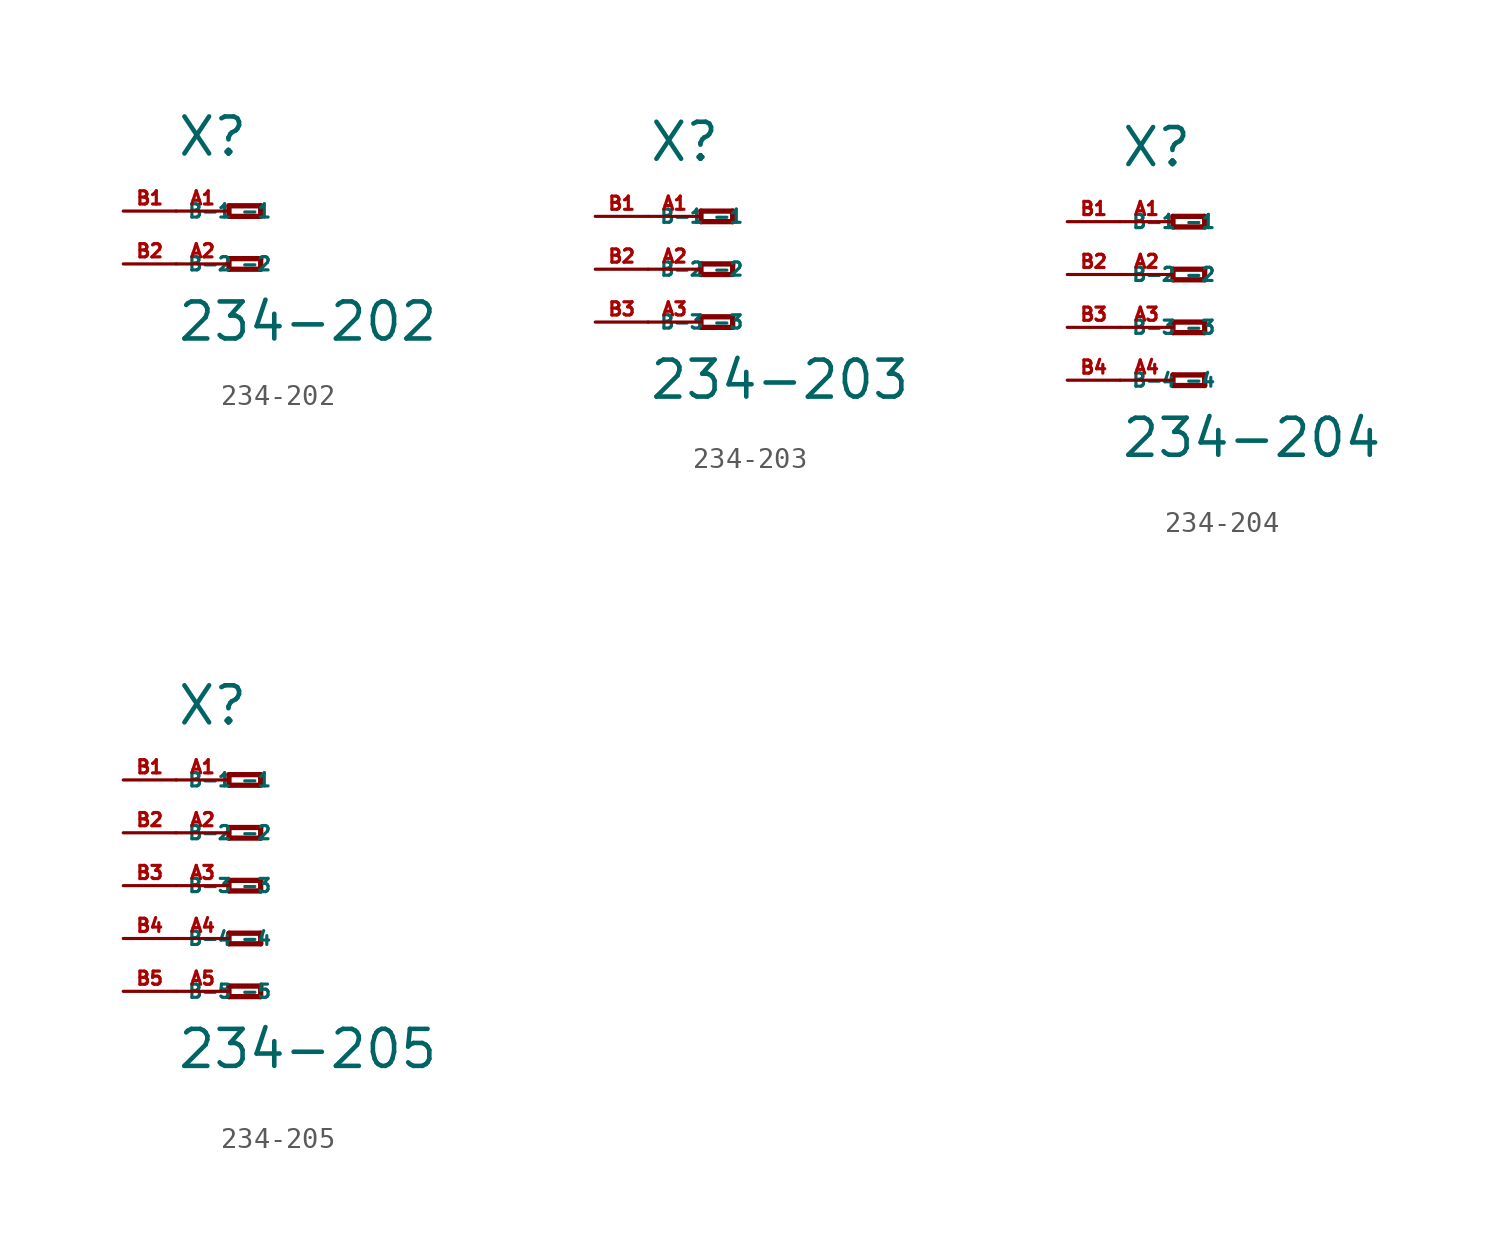
<source format=kicad_sym>
(kicad_symbol_lib
  (version 20220914)
  (generator Eagle2Kicad)
  (symbol "234-202"
    (property "Reference" "X"
      (at -5.08 2.54 0)
      (effects (font (size 1.778 1.778) (thickness 0.22)) (justify left bottom)))
    (property "Value" "234-202"
      (at -5.08 -6.35 0)
      (effects (font (size 1.778 1.778) (thickness 0.22)) (justify left bottom)))
    (polyline
      (pts (xy -2.54 0.254) (xy -2.54 -0.254))
      (stroke (width 0.254) (type default))
      (fill (type none)))
    (polyline
      (pts (xy -2.54 -0.254) (xy -1.016 -0.254))
      (stroke (width 0.254) (type default))
      (fill (type none)))
    (polyline
      (pts (xy -1.016 -0.254) (xy -1.016 0.254))
      (stroke (width 0.254) (type default))
      (fill (type none)))
    (polyline
      (pts (xy -1.016 0.254) (xy -2.54 0.254))
      (stroke (width 0.254) (type default))
      (fill (type none)))
    (polyline
      (pts (xy -2.54 -2.286) (xy -2.54 -2.794))
      (stroke (width 0.254) (type default))
      (fill (type none)))
    (polyline
      (pts (xy -2.54 -2.794) (xy -1.016 -2.794))
      (stroke (width 0.254) (type default))
      (fill (type none)))
    (polyline
      (pts (xy -1.016 -2.794) (xy -1.016 -2.286))
      (stroke (width 0.254) (type default))
      (fill (type none)))
    (polyline
      (pts (xy -1.016 -2.286) (xy -2.54 -2.286))
      (stroke (width 0.254) (type default))
      (fill (type none)))
    (pin passive line
      (at -5.08 0 0)
      (length 2.54)
      (name "-1" (effects (font (size 0.635 0.635) (thickness 0.08)) (justify left bottom)))
      (number "A1" (effects (font (size 0.635 0.635) (thickness 0.08)) (justify left bottom))))
    (pin passive line
      (at -5.08 -2.54 0)
      (length 2.54)
      (name "-2" (effects (font (size 0.635 0.635) (thickness 0.08)) (justify left bottom)))
      (number "A2" (effects (font (size 0.635 0.635) (thickness 0.08)) (justify left bottom))))
    (pin passive line
      (at -7.62 -2.54 0)
      (length 2.54)
      (name "B-2" (effects (font (size 0.635 0.635) (thickness 0.08)) (justify left bottom)))
      (number "B2" (effects (font (size 0.635 0.635) (thickness 0.08)) (justify left bottom))))
    (pin passive line
      (at -7.62 0 0)
      (length 2.54)
      (name "B-1" (effects (font (size 0.635 0.635) (thickness 0.08)) (justify left bottom)))
      (number "B1" (effects (font (size 0.635 0.635) (thickness 0.08)) (justify left bottom)))))
  (symbol "234-203"
    (property "Reference" "X"
      (at -5.08 5.08 0)
      (effects (font (size 1.778 1.778) (thickness 0.22)) (justify left bottom)))
    (property "Value" "234-203"
      (at -5.08 -6.35 0)
      (effects (font (size 1.778 1.778) (thickness 0.22)) (justify left bottom)))
    (polyline
      (pts (xy -2.54 2.794) (xy -2.54 2.286))
      (stroke (width 0.254) (type default))
      (fill (type none)))
    (polyline
      (pts (xy -2.54 2.286) (xy -1.016 2.286))
      (stroke (width 0.254) (type default))
      (fill (type none)))
    (polyline
      (pts (xy -1.016 2.286) (xy -1.016 2.794))
      (stroke (width 0.254) (type default))
      (fill (type none)))
    (polyline
      (pts (xy -1.016 2.794) (xy -2.54 2.794))
      (stroke (width 0.254) (type default))
      (fill (type none)))
    (polyline
      (pts (xy -2.54 0.254) (xy -2.54 -0.254))
      (stroke (width 0.254) (type default))
      (fill (type none)))
    (polyline
      (pts (xy -2.54 -0.254) (xy -1.016 -0.254))
      (stroke (width 0.254) (type default))
      (fill (type none)))
    (polyline
      (pts (xy -1.016 -0.254) (xy -1.016 0.254))
      (stroke (width 0.254) (type default))
      (fill (type none)))
    (polyline
      (pts (xy -1.016 0.254) (xy -2.54 0.254))
      (stroke (width 0.254) (type default))
      (fill (type none)))
    (polyline
      (pts (xy -2.54 -2.286) (xy -2.54 -2.794))
      (stroke (width 0.254) (type default))
      (fill (type none)))
    (polyline
      (pts (xy -2.54 -2.794) (xy -1.016 -2.794))
      (stroke (width 0.254) (type default))
      (fill (type none)))
    (polyline
      (pts (xy -1.016 -2.794) (xy -1.016 -2.286))
      (stroke (width 0.254) (type default))
      (fill (type none)))
    (polyline
      (pts (xy -1.016 -2.286) (xy -2.54 -2.286))
      (stroke (width 0.254) (type default))
      (fill (type none)))
    (pin passive line
      (at -5.08 2.54 0)
      (length 2.54)
      (name "-1" (effects (font (size 0.635 0.635) (thickness 0.08)) (justify left bottom)))
      (number "A1" (effects (font (size 0.635 0.635) (thickness 0.08)) (justify left bottom))))
    (pin passive line
      (at -5.08 0 0)
      (length 2.54)
      (name "-2" (effects (font (size 0.635 0.635) (thickness 0.08)) (justify left bottom)))
      (number "A2" (effects (font (size 0.635 0.635) (thickness 0.08)) (justify left bottom))))
    (pin passive line
      (at -5.08 -2.54 0)
      (length 2.54)
      (name "-3" (effects (font (size 0.635 0.635) (thickness 0.08)) (justify left bottom)))
      (number "A3" (effects (font (size 0.635 0.635) (thickness 0.08)) (justify left bottom))))
    (pin passive line
      (at -7.62 -2.54 0)
      (length 2.54)
      (name "B-3" (effects (font (size 0.635 0.635) (thickness 0.08)) (justify left bottom)))
      (number "B3" (effects (font (size 0.635 0.635) (thickness 0.08)) (justify left bottom))))
    (pin passive line
      (at -7.62 2.54 0)
      (length 2.54)
      (name "B-1" (effects (font (size 0.635 0.635) (thickness 0.08)) (justify left bottom)))
      (number "B1" (effects (font (size 0.635 0.635) (thickness 0.08)) (justify left bottom))))
    (pin passive line
      (at -7.62 0 0)
      (length 2.54)
      (name "B-2" (effects (font (size 0.635 0.635) (thickness 0.08)) (justify left bottom)))
      (number "B2" (effects (font (size 0.635 0.635) (thickness 0.08)) (justify left bottom)))))
  (symbol "234-204"
    (property "Reference" "X"
      (at -5.08 5.08 0)
      (effects (font (size 1.778 1.778) (thickness 0.22)) (justify left bottom)))
    (property "Value" "234-204"
      (at -5.08 -8.89 0)
      (effects (font (size 1.778 1.778) (thickness 0.22)) (justify left bottom)))
    (polyline
      (pts (xy -2.54 2.794) (xy -2.54 2.286))
      (stroke (width 0.254) (type default))
      (fill (type none)))
    (polyline
      (pts (xy -2.54 2.286) (xy -1.016 2.286))
      (stroke (width 0.254) (type default))
      (fill (type none)))
    (polyline
      (pts (xy -1.016 2.286) (xy -1.016 2.794))
      (stroke (width 0.254) (type default))
      (fill (type none)))
    (polyline
      (pts (xy -1.016 2.794) (xy -2.54 2.794))
      (stroke (width 0.254) (type default))
      (fill (type none)))
    (polyline
      (pts (xy -2.54 0.254) (xy -2.54 -0.254))
      (stroke (width 0.254) (type default))
      (fill (type none)))
    (polyline
      (pts (xy -2.54 -0.254) (xy -1.016 -0.254))
      (stroke (width 0.254) (type default))
      (fill (type none)))
    (polyline
      (pts (xy -1.016 -0.254) (xy -1.016 0.254))
      (stroke (width 0.254) (type default))
      (fill (type none)))
    (polyline
      (pts (xy -1.016 0.254) (xy -2.54 0.254))
      (stroke (width 0.254) (type default))
      (fill (type none)))
    (polyline
      (pts (xy -2.54 -2.286) (xy -2.54 -2.794))
      (stroke (width 0.254) (type default))
      (fill (type none)))
    (polyline
      (pts (xy -2.54 -2.794) (xy -1.016 -2.794))
      (stroke (width 0.254) (type default))
      (fill (type none)))
    (polyline
      (pts (xy -1.016 -2.794) (xy -1.016 -2.286))
      (stroke (width 0.254) (type default))
      (fill (type none)))
    (polyline
      (pts (xy -1.016 -2.286) (xy -2.54 -2.286))
      (stroke (width 0.254) (type default))
      (fill (type none)))
    (polyline
      (pts (xy -2.54 -4.826) (xy -2.54 -5.334))
      (stroke (width 0.254) (type default))
      (fill (type none)))
    (polyline
      (pts (xy -2.54 -5.334) (xy -1.016 -5.334))
      (stroke (width 0.254) (type default))
      (fill (type none)))
    (polyline
      (pts (xy -1.016 -5.334) (xy -1.016 -4.826))
      (stroke (width 0.254) (type default))
      (fill (type none)))
    (polyline
      (pts (xy -1.016 -4.826) (xy -2.54 -4.826))
      (stroke (width 0.254) (type default))
      (fill (type none)))
    (pin passive line
      (at -5.08 2.54 0)
      (length 2.54)
      (name "-1" (effects (font (size 0.635 0.635) (thickness 0.08)) (justify left bottom)))
      (number "A1" (effects (font (size 0.635 0.635) (thickness 0.08)) (justify left bottom))))
    (pin passive line
      (at -5.08 0 0)
      (length 2.54)
      (name "-2" (effects (font (size 0.635 0.635) (thickness 0.08)) (justify left bottom)))
      (number "A2" (effects (font (size 0.635 0.635) (thickness 0.08)) (justify left bottom))))
    (pin passive line
      (at -5.08 -2.54 0)
      (length 2.54)
      (name "-3" (effects (font (size 0.635 0.635) (thickness 0.08)) (justify left bottom)))
      (number "A3" (effects (font (size 0.635 0.635) (thickness 0.08)) (justify left bottom))))
    (pin passive line
      (at -5.08 -5.08 0)
      (length 2.54)
      (name "-4" (effects (font (size 0.635 0.635) (thickness 0.08)) (justify left bottom)))
      (number "A4" (effects (font (size 0.635 0.635) (thickness 0.08)) (justify left bottom))))
    (pin passive line
      (at -7.62 -5.08 0)
      (length 2.54)
      (name "B-4" (effects (font (size 0.635 0.635) (thickness 0.08)) (justify left bottom)))
      (number "B4" (effects (font (size 0.635 0.635) (thickness 0.08)) (justify left bottom))))
    (pin passive line
      (at -7.62 2.54 0)
      (length 2.54)
      (name "B-1" (effects (font (size 0.635 0.635) (thickness 0.08)) (justify left bottom)))
      (number "B1" (effects (font (size 0.635 0.635) (thickness 0.08)) (justify left bottom))))
    (pin passive line
      (at -7.62 0 0)
      (length 2.54)
      (name "B-2" (effects (font (size 0.635 0.635) (thickness 0.08)) (justify left bottom)))
      (number "B2" (effects (font (size 0.635 0.635) (thickness 0.08)) (justify left bottom))))
    (pin passive line
      (at -7.62 -2.54 0)
      (length 2.54)
      (name "B-3" (effects (font (size 0.635 0.635) (thickness 0.08)) (justify left bottom)))
      (number "B3" (effects (font (size 0.635 0.635) (thickness 0.08)) (justify left bottom)))))
  (symbol "234-205"
    (property "Reference" "X"
      (at -5.08 7.62 0)
      (effects (font (size 1.778 1.778) (thickness 0.22)) (justify left bottom)))
    (property "Value" "234-205"
      (at -5.08 -8.89 0)
      (effects (font (size 1.778 1.778) (thickness 0.22)) (justify left bottom)))
    (polyline
      (pts (xy -2.54 5.334) (xy -2.54 4.826))
      (stroke (width 0.254) (type default))
      (fill (type none)))
    (polyline
      (pts (xy -2.54 4.826) (xy -1.016 4.826))
      (stroke (width 0.254) (type default))
      (fill (type none)))
    (polyline
      (pts (xy -1.016 4.826) (xy -1.016 5.334))
      (stroke (width 0.254) (type default))
      (fill (type none)))
    (polyline
      (pts (xy -1.016 5.334) (xy -2.54 5.334))
      (stroke (width 0.254) (type default))
      (fill (type none)))
    (polyline
      (pts (xy -2.54 2.794) (xy -2.54 2.286))
      (stroke (width 0.254) (type default))
      (fill (type none)))
    (polyline
      (pts (xy -2.54 2.286) (xy -1.016 2.286))
      (stroke (width 0.254) (type default))
      (fill (type none)))
    (polyline
      (pts (xy -1.016 2.286) (xy -1.016 2.794))
      (stroke (width 0.254) (type default))
      (fill (type none)))
    (polyline
      (pts (xy -1.016 2.794) (xy -2.54 2.794))
      (stroke (width 0.254) (type default))
      (fill (type none)))
    (polyline
      (pts (xy -2.54 0.254) (xy -2.54 -0.254))
      (stroke (width 0.254) (type default))
      (fill (type none)))
    (polyline
      (pts (xy -2.54 -0.254) (xy -1.016 -0.254))
      (stroke (width 0.254) (type default))
      (fill (type none)))
    (polyline
      (pts (xy -1.016 -0.254) (xy -1.016 0.254))
      (stroke (width 0.254) (type default))
      (fill (type none)))
    (polyline
      (pts (xy -1.016 0.254) (xy -2.54 0.254))
      (stroke (width 0.254) (type default))
      (fill (type none)))
    (polyline
      (pts (xy -2.54 -2.286) (xy -2.54 -2.794))
      (stroke (width 0.254) (type default))
      (fill (type none)))
    (polyline
      (pts (xy -2.54 -2.794) (xy -1.016 -2.794))
      (stroke (width 0.254) (type default))
      (fill (type none)))
    (polyline
      (pts (xy -1.016 -2.794) (xy -1.016 -2.286))
      (stroke (width 0.254) (type default))
      (fill (type none)))
    (polyline
      (pts (xy -1.016 -2.286) (xy -2.54 -2.286))
      (stroke (width 0.254) (type default))
      (fill (type none)))
    (polyline
      (pts (xy -2.54 -4.826) (xy -2.54 -5.334))
      (stroke (width 0.254) (type default))
      (fill (type none)))
    (polyline
      (pts (xy -2.54 -5.334) (xy -1.016 -5.334))
      (stroke (width 0.254) (type default))
      (fill (type none)))
    (polyline
      (pts (xy -1.016 -5.334) (xy -1.016 -4.826))
      (stroke (width 0.254) (type default))
      (fill (type none)))
    (polyline
      (pts (xy -1.016 -4.826) (xy -2.54 -4.826))
      (stroke (width 0.254) (type default))
      (fill (type none)))
    (pin passive line
      (at -5.08 5.08 0)
      (length 2.54)
      (name "-1" (effects (font (size 0.635 0.635) (thickness 0.08)) (justify left bottom)))
      (number "A1" (effects (font (size 0.635 0.635) (thickness 0.08)) (justify left bottom))))
    (pin passive line
      (at -5.08 2.54 0)
      (length 2.54)
      (name "-2" (effects (font (size 0.635 0.635) (thickness 0.08)) (justify left bottom)))
      (number "A2" (effects (font (size 0.635 0.635) (thickness 0.08)) (justify left bottom))))
    (pin passive line
      (at -5.08 0 0)
      (length 2.54)
      (name "-3" (effects (font (size 0.635 0.635) (thickness 0.08)) (justify left bottom)))
      (number "A3" (effects (font (size 0.635 0.635) (thickness 0.08)) (justify left bottom))))
    (pin passive line
      (at -5.08 -2.54 0)
      (length 2.54)
      (name "-4" (effects (font (size 0.635 0.635) (thickness 0.08)) (justify left bottom)))
      (number "A4" (effects (font (size 0.635 0.635) (thickness 0.08)) (justify left bottom))))
    (pin passive line
      (at -5.08 -5.08 0)
      (length 2.54)
      (name "-5" (effects (font (size 0.635 0.635) (thickness 0.08)) (justify left bottom)))
      (number "A5" (effects (font (size 0.635 0.635) (thickness 0.08)) (justify left bottom))))
    (pin passive line
      (at -7.62 -5.08 0)
      (length 2.54)
      (name "B-5" (effects (font (size 0.635 0.635) (thickness 0.08)) (justify left bottom)))
      (number "B5" (effects (font (size 0.635 0.635) (thickness 0.08)) (justify left bottom))))
    (pin passive line
      (at -7.62 5.08 0)
      (length 2.54)
      (name "B-1" (effects (font (size 0.635 0.635) (thickness 0.08)) (justify left bottom)))
      (number "B1" (effects (font (size 0.635 0.635) (thickness 0.08)) (justify left bottom))))
    (pin passive line
      (at -7.62 2.54 0)
      (length 2.54)
      (name "B-2" (effects (font (size 0.635 0.635) (thickness 0.08)) (justify left bottom)))
      (number "B2" (effects (font (size 0.635 0.635) (thickness 0.08)) (justify left bottom))))
    (pin passive line
      (at -7.62 0 0)
      (length 2.54)
      (name "B-3" (effects (font (size 0.635 0.635) (thickness 0.08)) (justify left bottom)))
      (number "B3" (effects (font (size 0.635 0.635) (thickness 0.08)) (justify left bottom))))
    (pin passive line
      (at -7.62 -2.54 0)
      (length 2.54)
      (name "B-4" (effects (font (size 0.635 0.635) (thickness 0.08)) (justify left bottom)))
      (number "B4" (effects (font (size 0.635 0.635) (thickness 0.08)) (justify left bottom))))))
</source>
